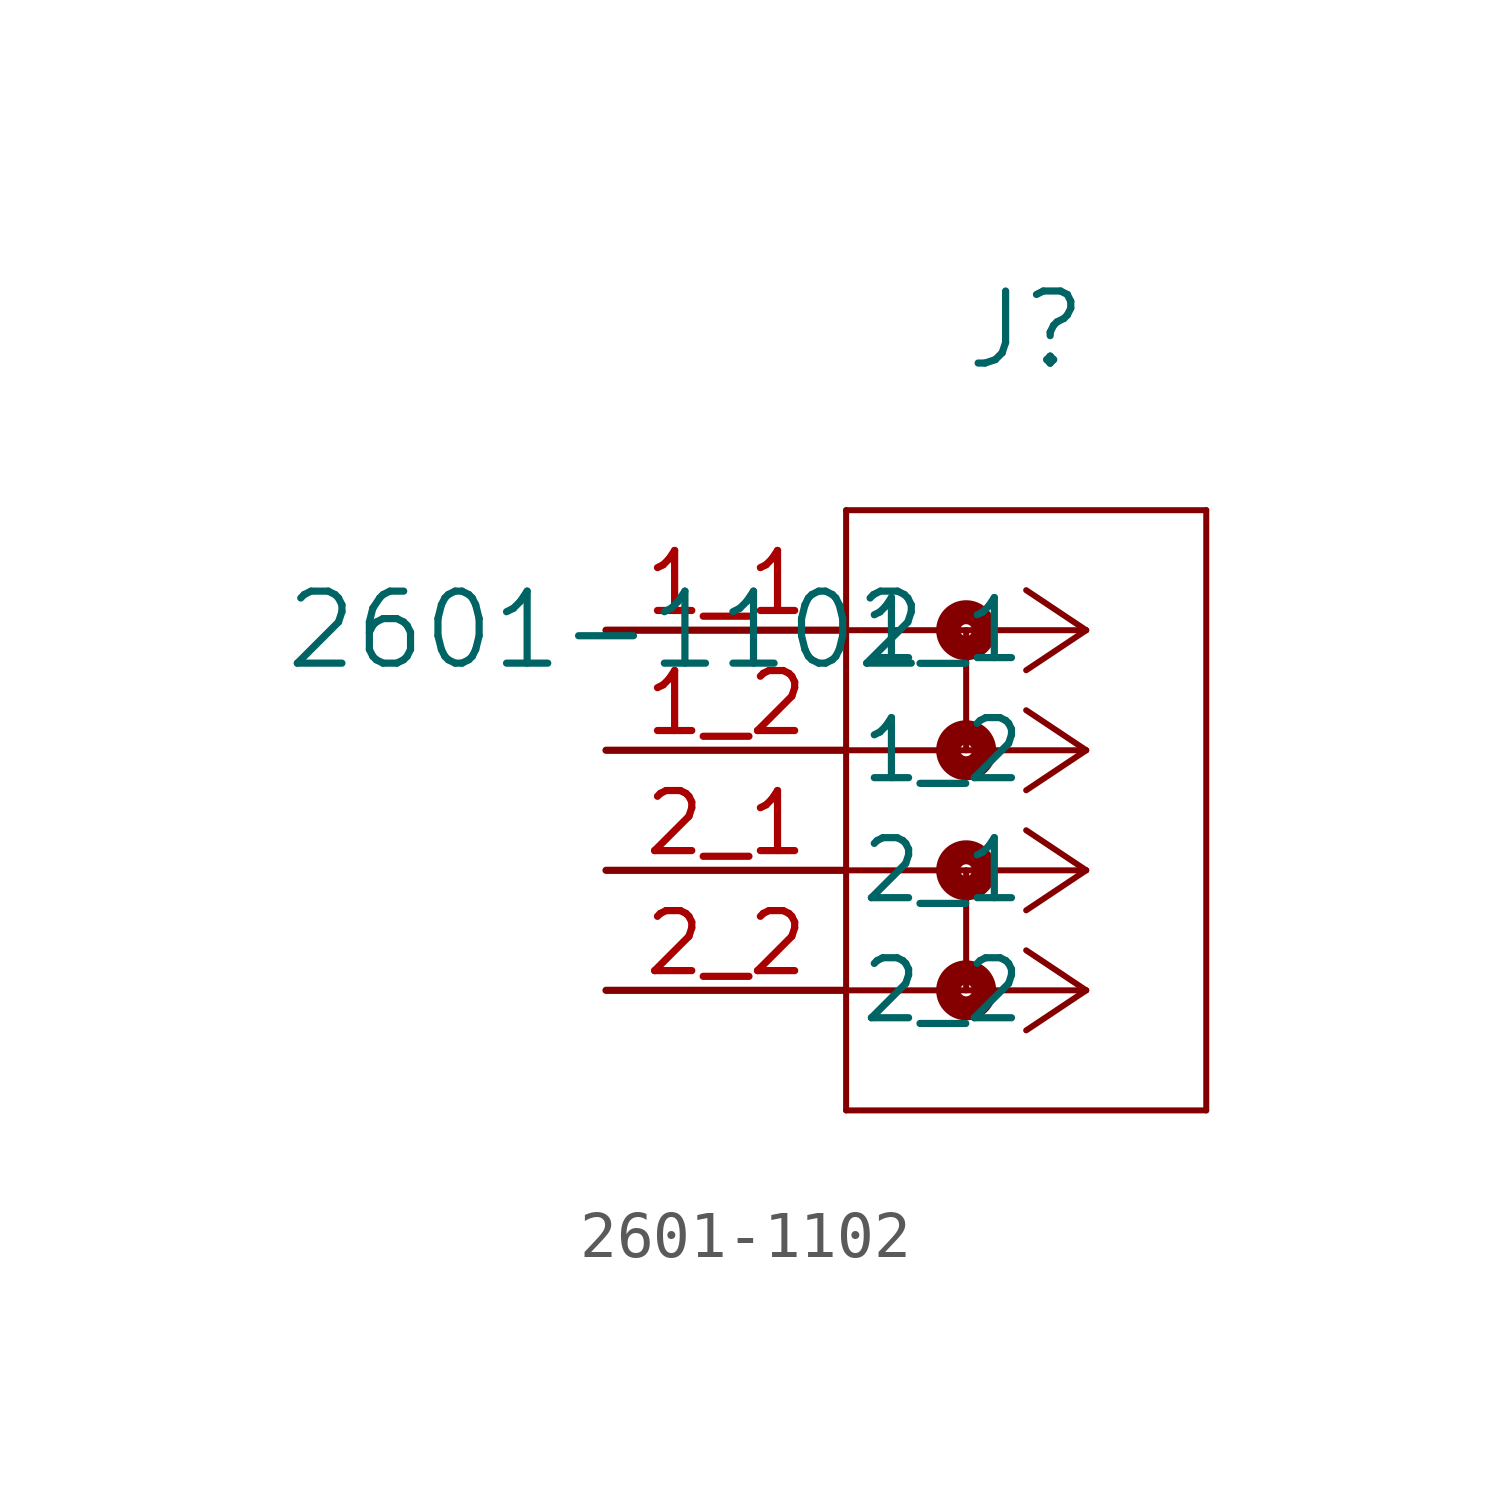
<source format=kicad_sym>
(kicad_symbol_lib
  (version 20211014)
  (generator kicad_symbol_editor)
  (symbol "2601-1102"
    (pin_names
      (offset 0.254))
    (property "Reference" "J"
      (at 8.89 6.35 0)
      (effects (font (size 1.524 1.524))))
    (property "Value" "2601-1102"
      (at 0 0 0)
      (effects (font (size 1.524 1.524))))
    (symbol "2601-1102_0_1"
      (polyline (pts (xy 10.16 0) (xy 5.08 0)) (stroke (width 0.127) (type default) (color 0 0 0 0)) (fill (type none)))
      (polyline (pts (xy 10.16 -2.54) (xy 5.08 -2.54)) (stroke (width 0.127) (type default) (color 0 0 0 0)) (fill (type none)))
      (polyline (pts (xy 10.16 -5.08) (xy 5.08 -5.08)) (stroke (width 0.127) (type default) (color 0 0 0 0)) (fill (type none)))
      (polyline (pts (xy 10.16 -7.62) (xy 5.08 -7.62)) (stroke (width 0.127) (type default) (color 0 0 0 0)) (fill (type none)))
      (polyline (pts (xy 10.16 0) (xy 8.89 0.847)) (stroke (width 0.127) (type default) (color 0 0 0 0)) (fill (type none)))
      (polyline (pts (xy 10.16 -2.54) (xy 8.89 -1.693)) (stroke (width 0.127) (type default) (color 0 0 0 0)) (fill (type none)))
      (polyline (pts (xy 10.16 -5.08) (xy 8.89 -4.233)) (stroke (width 0.127) (type default) (color 0 0 0 0)) (fill (type none)))
      (polyline (pts (xy 10.16 -7.62) (xy 8.89 -6.773)) (stroke (width 0.127) (type default) (color 0 0 0 0)) (fill (type none)))
      (polyline (pts (xy 10.16 0) (xy 8.89 -0.847)) (stroke (width 0.127) (type default) (color 0 0 0 0)) (fill (type none)))
      (polyline (pts (xy 10.16 -2.54) (xy 8.89 -3.387)) (stroke (width 0.127) (type default) (color 0 0 0 0)) (fill (type none)))
      (polyline (pts (xy 10.16 -5.08) (xy 8.89 -5.927)) (stroke (width 0.127) (type default) (color 0 0 0 0)) (fill (type none)))
      (polyline (pts (xy 10.16 -7.62) (xy 8.89 -8.467)) (stroke (width 0.127) (type default) (color 0 0 0 0)) (fill (type none)))
      (polyline (pts (xy 5.08 2.54) (xy 5.08 -10.16)) (stroke (width 0.127) (type default) (color 0 0 0 0)) (fill (type none)))
      (polyline (pts (xy 5.08 -10.16) (xy 12.7 -10.16)) (stroke (width 0.127) (type default) (color 0 0 0 0)) (fill (type none)))
      (polyline (pts (xy 12.7 -10.16) (xy 12.7 2.54)) (stroke (width 0.127) (type default) (color 0 0 0 0)) (fill (type none)))
      (polyline (pts (xy 12.7 2.54) (xy 5.08 2.54)) (stroke (width 0.127) (type default) (color 0 0 0 0)) (fill (type none)))
      (circle (center 7.62 0) (radius 0.127) (stroke (width 0.508) (type default) (color 0 0 0 0)) (fill (type none)))
      (polyline (pts (xy 7.62 0) (xy 7.62 -2.54)) (stroke (width 0.127) (type default) (color 0 0 0 0)) (fill (type none)))
      (circle (center 7.62 -2.54) (radius 0.127) (stroke (width 0.508) (type default) (color 0 0 0 0)) (fill (type none)))
      (circle (center 7.62 -5.08) (radius 0.127) (stroke (width 0.508) (type default) (color 0 0 0 0)) (fill (type none)))
      (polyline (pts (xy 7.62 -5.08) (xy 7.62 -7.62)) (stroke (width 0.127) (type default) (color 0 0 0 0)) (fill (type none)))
      (circle (center 7.62 -7.62) (radius 0.127) (stroke (width 0.508) (type default) (color 0 0 0 0)) (fill (type none)))
      (pin unspecified line (at 0 0 0) (length 5.08) (name "1_1" (effects (font (size 1.27 1.27)))) (number "1_1" (effects (font (size 1.27 1.27)))))
      (pin unspecified line (at 0 -2.54 0) (length 5.08) (name "1_2" (effects (font (size 1.27 1.27)))) (number "1_2" (effects (font (size 1.27 1.27)))))
      (pin unspecified line (at 0 -5.08 0) (length 5.08) (name "2_1" (effects (font (size 1.27 1.27)))) (number "2_1" (effects (font (size 1.27 1.27)))))
      (pin unspecified line (at 0 -7.62 0) (length 5.08) (name "2_2" (effects (font (size 1.27 1.27)))) (number "2_2" (effects (font (size 1.27 1.27))))))))
</source>
